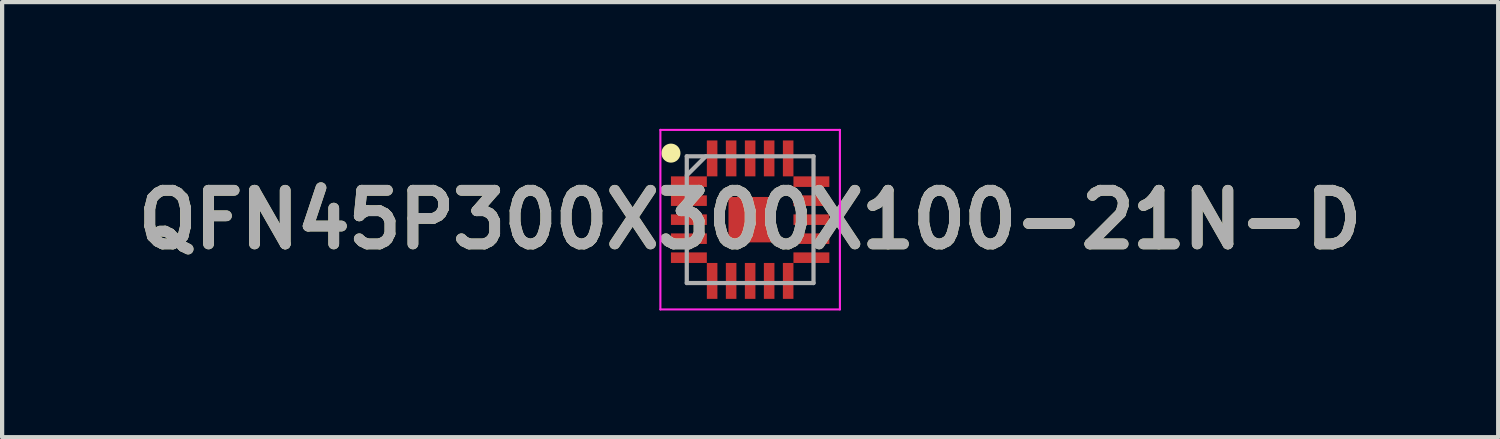
<source format=kicad_pcb>
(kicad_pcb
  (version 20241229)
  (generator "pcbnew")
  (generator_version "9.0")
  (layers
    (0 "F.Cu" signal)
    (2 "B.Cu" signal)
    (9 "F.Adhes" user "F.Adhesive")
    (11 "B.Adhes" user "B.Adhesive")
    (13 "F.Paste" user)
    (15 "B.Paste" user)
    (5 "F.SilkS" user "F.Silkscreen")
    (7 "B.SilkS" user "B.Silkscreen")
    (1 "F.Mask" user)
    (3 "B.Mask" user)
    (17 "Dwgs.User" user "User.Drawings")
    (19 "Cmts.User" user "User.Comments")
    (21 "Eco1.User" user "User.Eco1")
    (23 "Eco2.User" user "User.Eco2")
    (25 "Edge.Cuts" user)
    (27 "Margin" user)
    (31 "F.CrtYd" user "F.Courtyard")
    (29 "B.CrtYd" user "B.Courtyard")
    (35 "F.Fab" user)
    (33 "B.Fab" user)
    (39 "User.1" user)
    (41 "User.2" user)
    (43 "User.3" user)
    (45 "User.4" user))
  (footprint "QFN45P300X300X100-21N-D"
    (layer "F.Cu")
    (at 14.708 2.15)
    (property "Reference" "QFN45P300X300X100-21N-D" (at 0 0 0) (layer "F.SilkS") (effects (font (size 1.27 1.27) (thickness 0.254))))
    (attr smd)
    (fp_circle (center -1.875 -1.575) (end -1.875 -1.462) (stroke (width 0.225) (type solid)) (fill no) (layer "F.SilkS"))
    (fp_line (start -2.125 -2.125) (end 2.125 -2.125) (stroke (width 0.05) (type solid)) (layer "F.CrtYd"))
    (fp_line (start -2.125 2.125) (end -2.125 -2.125) (stroke (width 0.05) (type solid)) (layer "F.CrtYd"))
    (fp_line (start 2.125 -2.125) (end 2.125 2.125) (stroke (width 0.05) (type solid)) (layer "F.CrtYd"))
    (fp_line (start 2.125 2.125) (end -2.125 2.125) (stroke (width 0.05) (type solid)) (layer "F.CrtYd"))
    (fp_line (start -1.5 -1.5) (end 1.5 -1.5) (stroke (width 0.1) (type solid)) (layer "F.Fab"))
    (fp_line (start -1.5 -1.05) (end -1.05 -1.5) (stroke (width 0.1) (type solid)) (layer "F.Fab"))
    (fp_line (start -1.5 1.5) (end -1.5 -1.5) (stroke (width 0.1) (type solid)) (layer "F.Fab"))
    (fp_line (start 1.5 -1.5) (end 1.5 1.5) (stroke (width 0.1) (type solid)) (layer "F.Fab"))
    (fp_line (start 1.5 1.5) (end -1.5 1.5) (stroke (width 0.1) (type solid)) (layer "F.Fab"))
    (fp_text user "${REFERENCE}" (at 0 0 0) (layer "F.Fab") (effects (font (size 1.27 1.27) (thickness 0.254))))
    (pad "1" smd rect (at -1.45 -0.9 90) (size 0.25 0.85) (layers "F.Cu" "F.Mask" "F.Paste"))
    (pad "2" smd rect (at -1.45 -0.45 90) (size 0.25 0.85) (layers "F.Cu" "F.Mask" "F.Paste"))
    (pad "3" smd rect (at -1.45 0 90) (size 0.25 0.85) (layers "F.Cu" "F.Mask" "F.Paste"))
    (pad "4" smd rect (at -1.45 0.45 90) (size 0.25 0.85) (layers "F.Cu" "F.Mask" "F.Paste"))
    (pad "5" smd rect (at -1.45 0.9 90) (size 0.25 0.85) (layers "F.Cu" "F.Mask" "F.Paste"))
    (pad "6" smd rect (at -0.9 1.45) (size 0.25 0.85) (layers "F.Cu" "F.Mask" "F.Paste"))
    (pad "7" smd rect (at -0.45 1.45) (size 0.25 0.85) (layers "F.Cu" "F.Mask" "F.Paste"))
    (pad "8" smd rect (at 0 1.45) (size 0.25 0.85) (layers "F.Cu" "F.Mask" "F.Paste"))
    (pad "9" smd rect (at 0.45 1.45) (size 0.25 0.85) (layers "F.Cu" "F.Mask" "F.Paste"))
    (pad "10" smd rect (at 0.9 1.45) (size 0.25 0.85) (layers "F.Cu" "F.Mask" "F.Paste"))
    (pad "11" smd rect (at 1.45 0.9 90) (size 0.25 0.85) (layers "F.Cu" "F.Mask" "F.Paste"))
    (pad "12" smd rect (at 1.45 0.45 90) (size 0.25 0.85) (layers "F.Cu" "F.Mask" "F.Paste"))
    (pad "13" smd rect (at 1.45 0 90) (size 0.25 0.85) (layers "F.Cu" "F.Mask" "F.Paste"))
    (pad "14" smd rect (at 1.45 -0.45 90) (size 0.25 0.85) (layers "F.Cu" "F.Mask" "F.Paste"))
    (pad "15" smd rect (at 1.45 -0.9 90) (size 0.25 0.85) (layers "F.Cu" "F.Mask" "F.Paste"))
    (pad "16" smd rect (at 0.9 -1.45) (size 0.25 0.85) (layers "F.Cu" "F.Mask" "F.Paste"))
    (pad "17" smd rect (at 0.45 -1.45) (size 0.25 0.85) (layers "F.Cu" "F.Mask" "F.Paste"))
    (pad "18" smd rect (at 0 -1.45) (size 0.25 0.85) (layers "F.Cu" "F.Mask" "F.Paste"))
    (pad "19" smd rect (at -0.45 -1.45) (size 0.25 0.85) (layers "F.Cu" "F.Mask" "F.Paste"))
    (pad "20" smd rect (at -0.9 -1.45) (size 0.25 0.85) (layers "F.Cu" "F.Mask" "F.Paste"))
    (pad "21" smd rect (at 0 0) (size 1.026 1.075) (layers "F.Cu" "F.Mask" "F.Paste")))
  (gr_rect
    (start -3 -3)
    (end 32.416 7.3)
    (stroke (width 0.1) (type default))
    (fill no)
    (layer "Edge.Cuts")))
</source>
